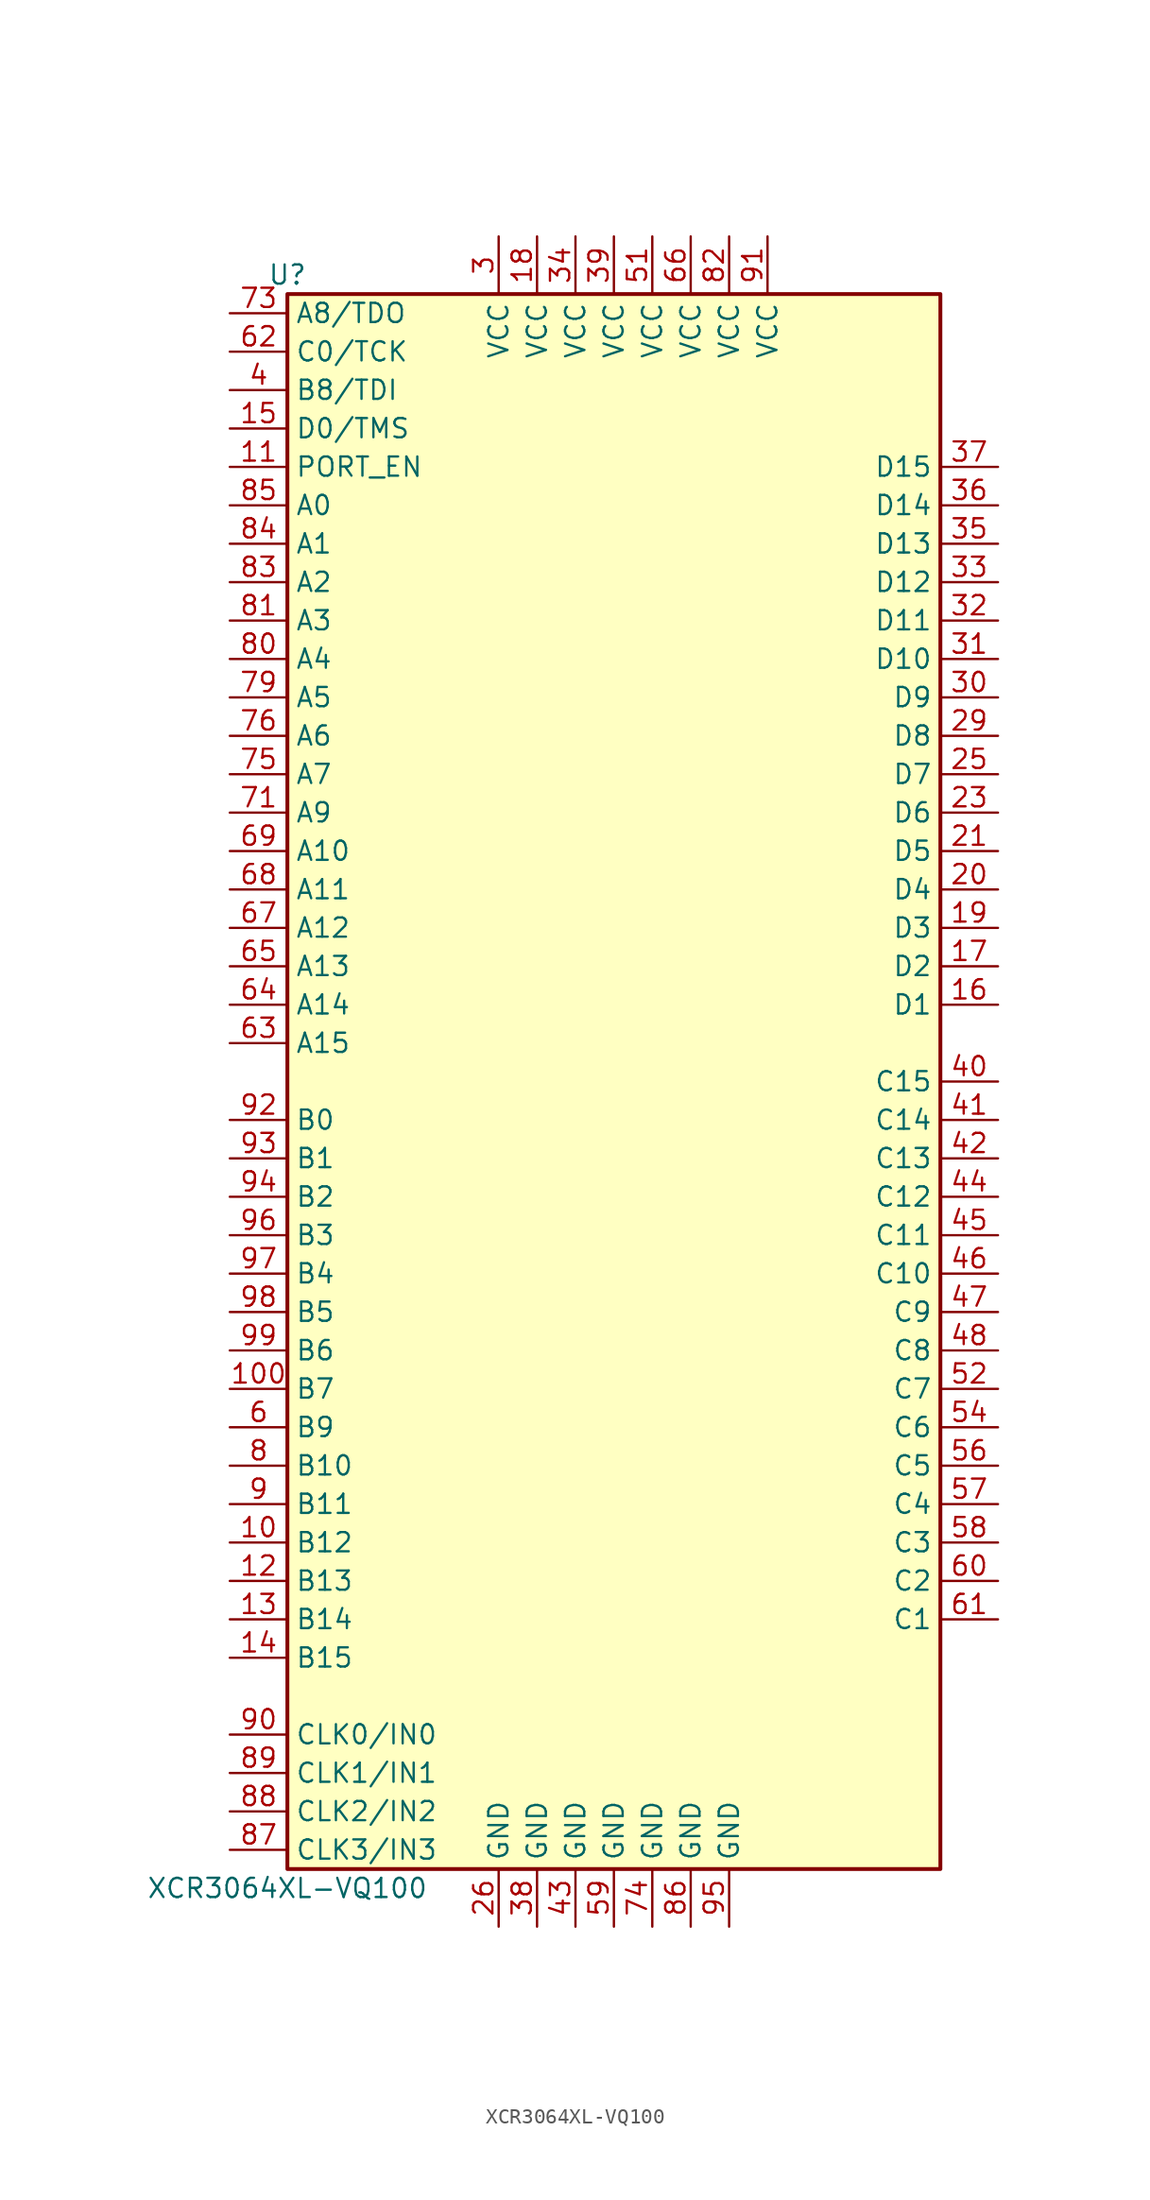
<source format=kicad_sym>
(kicad_symbol_lib
  (version 20241209)
  (generator "kicad_symbol_editor")
  (generator_version "9.0")
  (symbol "XCR3064XL-VQ100"
    (property "Reference" "U"
      (at -21.59 53.34 0)
      (effects (font (size 1.27 1.27))))
    (property "Value" "XCR3064XL-VQ100"
      (at -21.59 -53.34 0)
      (effects (font (size 1.27 1.27))))
    (symbol "XCR3064XL-VQ100_1_1"
      (rectangle (start -21.59 52.07) (end 21.59 -52.07) (stroke (width 0.254) (type default)) (fill (type background)))
      (pin passive line (at -25.4 50.8 0) (length 3.81) (name "A8/TDO" (effects (font (size 1.27 1.27)))) (number "73" (effects (font (size 1.27 1.27)))))
      (pin passive line (at -25.4 48.26 0) (length 3.81) (name "C0/TCK" (effects (font (size 1.27 1.27)))) (number "62" (effects (font (size 1.27 1.27)))))
      (pin passive line (at -25.4 45.72 0) (length 3.81) (name "B8/TDI" (effects (font (size 1.27 1.27)))) (number "4" (effects (font (size 1.27 1.27)))))
      (pin passive line (at -25.4 43.18 0) (length 3.81) (name "D0/TMS" (effects (font (size 1.27 1.27)))) (number "15" (effects (font (size 1.27 1.27)))))
      (pin passive line (at -25.4 40.64 0) (length 3.81) (name "PORT_EN" (effects (font (size 1.27 1.27)))) (number "11" (effects (font (size 1.27 1.27)))))
      (pin passive line (at -25.4 38.1 0) (length 3.81) (name "A0" (effects (font (size 1.27 1.27)))) (number "85" (effects (font (size 1.27 1.27)))))
      (pin passive line (at -25.4 35.56 0) (length 3.81) (name "A1" (effects (font (size 1.27 1.27)))) (number "84" (effects (font (size 1.27 1.27)))))
      (pin passive line (at -25.4 33.02 0) (length 3.81) (name "A2" (effects (font (size 1.27 1.27)))) (number "83" (effects (font (size 1.27 1.27)))))
      (pin passive line (at -25.4 30.48 0) (length 3.81) (name "A3" (effects (font (size 1.27 1.27)))) (number "81" (effects (font (size 1.27 1.27)))))
      (pin passive line (at -25.4 27.94 0) (length 3.81) (name "A4" (effects (font (size 1.27 1.27)))) (number "80" (effects (font (size 1.27 1.27)))))
      (pin passive line (at -25.4 25.4 0) (length 3.81) (name "A5" (effects (font (size 1.27 1.27)))) (number "79" (effects (font (size 1.27 1.27)))))
      (pin passive line (at -25.4 22.86 0) (length 3.81) (name "A6" (effects (font (size 1.27 1.27)))) (number "76" (effects (font (size 1.27 1.27)))))
      (pin passive line (at -25.4 20.32 0) (length 3.81) (name "A7" (effects (font (size 1.27 1.27)))) (number "75" (effects (font (size 1.27 1.27)))))
      (pin passive line (at -25.4 17.78 0) (length 3.81) (name "A9" (effects (font (size 1.27 1.27)))) (number "71" (effects (font (size 1.27 1.27)))))
      (pin passive line (at -25.4 15.24 0) (length 3.81) (name "A10" (effects (font (size 1.27 1.27)))) (number "69" (effects (font (size 1.27 1.27)))))
      (pin passive line (at -25.4 12.7 0) (length 3.81) (name "A11" (effects (font (size 1.27 1.27)))) (number "68" (effects (font (size 1.27 1.27)))))
      (pin passive line (at -25.4 10.16 0) (length 3.81) (name "A12" (effects (font (size 1.27 1.27)))) (number "67" (effects (font (size 1.27 1.27)))))
      (pin passive line (at -25.4 7.62 0) (length 3.81) (name "A13" (effects (font (size 1.27 1.27)))) (number "65" (effects (font (size 1.27 1.27)))))
      (pin passive line (at -25.4 5.08 0) (length 3.81) (name "A14" (effects (font (size 1.27 1.27)))) (number "64" (effects (font (size 1.27 1.27)))))
      (pin passive line (at -25.4 2.54 0) (length 3.81) (name "A15" (effects (font (size 1.27 1.27)))) (number "63" (effects (font (size 1.27 1.27)))))
      (pin passive line (at -25.4 -2.54 0) (length 3.81) (name "B0" (effects (font (size 1.27 1.27)))) (number "92" (effects (font (size 1.27 1.27)))))
      (pin passive line (at -25.4 -5.08 0) (length 3.81) (name "B1" (effects (font (size 1.27 1.27)))) (number "93" (effects (font (size 1.27 1.27)))))
      (pin passive line (at -25.4 -7.62 0) (length 3.81) (name "B2" (effects (font (size 1.27 1.27)))) (number "94" (effects (font (size 1.27 1.27)))))
      (pin passive line (at -25.4 -10.16 0) (length 3.81) (name "B3" (effects (font (size 1.27 1.27)))) (number "96" (effects (font (size 1.27 1.27)))))
      (pin passive line (at -25.4 -12.7 0) (length 3.81) (name "B4" (effects (font (size 1.27 1.27)))) (number "97" (effects (font (size 1.27 1.27)))))
      (pin passive line (at -25.4 -15.24 0) (length 3.81) (name "B5" (effects (font (size 1.27 1.27)))) (number "98" (effects (font (size 1.27 1.27)))))
      (pin passive line (at -25.4 -17.78 0) (length 3.81) (name "B6" (effects (font (size 1.27 1.27)))) (number "99" (effects (font (size 1.27 1.27)))))
      (pin passive line (at -25.4 -20.32 0) (length 3.81) (name "B7" (effects (font (size 1.27 1.27)))) (number "100" (effects (font (size 1.27 1.27)))))
      (pin passive line (at -25.4 -22.86 0) (length 3.81) (name "B9" (effects (font (size 1.27 1.27)))) (number "6" (effects (font (size 1.27 1.27)))))
      (pin passive line (at -25.4 -25.4 0) (length 3.81) (name "B10" (effects (font (size 1.27 1.27)))) (number "8" (effects (font (size 1.27 1.27)))))
      (pin passive line (at -25.4 -27.94 0) (length 3.81) (name "B11" (effects (font (size 1.27 1.27)))) (number "9" (effects (font (size 1.27 1.27)))))
      (pin passive line (at -25.4 -30.48 0) (length 3.81) (name "B12" (effects (font (size 1.27 1.27)))) (number "10" (effects (font (size 1.27 1.27)))))
      (pin passive line (at -25.4 -33.02 0) (length 3.81) (name "B13" (effects (font (size 1.27 1.27)))) (number "12" (effects (font (size 1.27 1.27)))))
      (pin passive line (at -25.4 -35.56 0) (length 3.81) (name "B14" (effects (font (size 1.27 1.27)))) (number "13" (effects (font (size 1.27 1.27)))))
      (pin passive line (at -25.4 -38.1 0) (length 3.81) (name "B15" (effects (font (size 1.27 1.27)))) (number "14" (effects (font (size 1.27 1.27)))))
      (pin input line (at -25.4 -43.18 0) (length 3.81) (name "CLK0/IN0" (effects (font (size 1.27 1.27)))) (number "90" (effects (font (size 1.27 1.27)))))
      (pin input line (at -25.4 -45.72 0) (length 3.81) (name "CLK1/IN1" (effects (font (size 1.27 1.27)))) (number "89" (effects (font (size 1.27 1.27)))))
      (pin input line (at -25.4 -48.26 0) (length 3.81) (name "CLK2/IN2" (effects (font (size 1.27 1.27)))) (number "88" (effects (font (size 1.27 1.27)))))
      (pin input line (at -25.4 -50.8 0) (length 3.81) (name "CLK3/IN3" (effects (font (size 1.27 1.27)))) (number "87" (effects (font (size 1.27 1.27)))))
      (pin power_in line (at -7.62 55.88 270) (length 3.81) (name "VCC" (effects (font (size 1.27 1.27)))) (number "3" (effects (font (size 1.27 1.27)))))
      (pin power_in line (at -7.62 -55.88 90) (length 3.81) (name "GND" (effects (font (size 1.27 1.27)))) (number "26" (effects (font (size 1.27 1.27)))))
      (pin power_in line (at -5.08 55.88 270) (length 3.81) (name "VCC" (effects (font (size 1.27 1.27)))) (number "18" (effects (font (size 1.27 1.27)))))
      (pin power_in line (at -5.08 -55.88 90) (length 3.81) (name "GND" (effects (font (size 1.27 1.27)))) (number "38" (effects (font (size 1.27 1.27)))))
      (pin power_in line (at -2.54 55.88 270) (length 3.81) (name "VCC" (effects (font (size 1.27 1.27)))) (number "34" (effects (font (size 1.27 1.27)))))
      (pin power_in line (at -2.54 -55.88 90) (length 3.81) (name "GND" (effects (font (size 1.27 1.27)))) (number "43" (effects (font (size 1.27 1.27)))))
      (pin power_in line (at 0 55.88 270) (length 3.81) (name "VCC" (effects (font (size 1.27 1.27)))) (number "39" (effects (font (size 1.27 1.27)))))
      (pin power_in line (at 0 -55.88 90) (length 3.81) (name "GND" (effects (font (size 1.27 1.27)))) (number "59" (effects (font (size 1.27 1.27)))))
      (pin power_in line (at 2.54 55.88 270) (length 3.81) (name "VCC" (effects (font (size 1.27 1.27)))) (number "51" (effects (font (size 1.27 1.27)))))
      (pin power_in line (at 2.54 -55.88 90) (length 3.81) (name "GND" (effects (font (size 1.27 1.27)))) (number "74" (effects (font (size 1.27 1.27)))))
      (pin power_in line (at 5.08 55.88 270) (length 3.81) (name "VCC" (effects (font (size 1.27 1.27)))) (number "66" (effects (font (size 1.27 1.27)))))
      (pin power_in line (at 5.08 -55.88 90) (length 3.81) (name "GND" (effects (font (size 1.27 1.27)))) (number "86" (effects (font (size 1.27 1.27)))))
      (pin power_in line (at 7.62 55.88 270) (length 3.81) (name "VCC" (effects (font (size 1.27 1.27)))) (number "82" (effects (font (size 1.27 1.27)))))
      (pin power_in line (at 7.62 -55.88 90) (length 3.81) (name "GND" (effects (font (size 1.27 1.27)))) (number "95" (effects (font (size 1.27 1.27)))))
      (pin power_in line (at 10.16 55.88 270) (length 3.81) (name "VCC" (effects (font (size 1.27 1.27)))) (number "91" (effects (font (size 1.27 1.27)))))
      (pin passive line (at 25.4 40.64 180) (length 3.81) (name "D15" (effects (font (size 1.27 1.27)))) (number "37" (effects (font (size 1.27 1.27)))))
      (pin passive line (at 25.4 38.1 180) (length 3.81) (name "D14" (effects (font (size 1.27 1.27)))) (number "36" (effects (font (size 1.27 1.27)))))
      (pin passive line (at 25.4 35.56 180) (length 3.81) (name "D13" (effects (font (size 1.27 1.27)))) (number "35" (effects (font (size 1.27 1.27)))))
      (pin passive line (at 25.4 33.02 180) (length 3.81) (name "D12" (effects (font (size 1.27 1.27)))) (number "33" (effects (font (size 1.27 1.27)))))
      (pin passive line (at 25.4 30.48 180) (length 3.81) (name "D11" (effects (font (size 1.27 1.27)))) (number "32" (effects (font (size 1.27 1.27)))))
      (pin passive line (at 25.4 27.94 180) (length 3.81) (name "D10" (effects (font (size 1.27 1.27)))) (number "31" (effects (font (size 1.27 1.27)))))
      (pin passive line (at 25.4 25.4 180) (length 3.81) (name "D9" (effects (font (size 1.27 1.27)))) (number "30" (effects (font (size 1.27 1.27)))))
      (pin passive line (at 25.4 22.86 180) (length 3.81) (name "D8" (effects (font (size 1.27 1.27)))) (number "29" (effects (font (size 1.27 1.27)))))
      (pin passive line (at 25.4 20.32 180) (length 3.81) (name "D7" (effects (font (size 1.27 1.27)))) (number "25" (effects (font (size 1.27 1.27)))))
      (pin passive line (at 25.4 17.78 180) (length 3.81) (name "D6" (effects (font (size 1.27 1.27)))) (number "23" (effects (font (size 1.27 1.27)))))
      (pin passive line (at 25.4 15.24 180) (length 3.81) (name "D5" (effects (font (size 1.27 1.27)))) (number "21" (effects (font (size 1.27 1.27)))))
      (pin passive line (at 25.4 12.7 180) (length 3.81) (name "D4" (effects (font (size 1.27 1.27)))) (number "20" (effects (font (size 1.27 1.27)))))
      (pin passive line (at 25.4 10.16 180) (length 3.81) (name "D3" (effects (font (size 1.27 1.27)))) (number "19" (effects (font (size 1.27 1.27)))))
      (pin passive line (at 25.4 7.62 180) (length 3.81) (name "D2" (effects (font (size 1.27 1.27)))) (number "17" (effects (font (size 1.27 1.27)))))
      (pin passive line (at 25.4 5.08 180) (length 3.81) (name "D1" (effects (font (size 1.27 1.27)))) (number "16" (effects (font (size 1.27 1.27)))))
      (pin passive line (at 25.4 0 180) (length 3.81) (name "C15" (effects (font (size 1.27 1.27)))) (number "40" (effects (font (size 1.27 1.27)))))
      (pin passive line (at 25.4 -2.54 180) (length 3.81) (name "C14" (effects (font (size 1.27 1.27)))) (number "41" (effects (font (size 1.27 1.27)))))
      (pin passive line (at 25.4 -5.08 180) (length 3.81) (name "C13" (effects (font (size 1.27 1.27)))) (number "42" (effects (font (size 1.27 1.27)))))
      (pin passive line (at 25.4 -7.62 180) (length 3.81) (name "C12" (effects (font (size 1.27 1.27)))) (number "44" (effects (font (size 1.27 1.27)))))
      (pin passive line (at 25.4 -10.16 180) (length 3.81) (name "C11" (effects (font (size 1.27 1.27)))) (number "45" (effects (font (size 1.27 1.27)))))
      (pin passive line (at 25.4 -12.7 180) (length 3.81) (name "C10" (effects (font (size 1.27 1.27)))) (number "46" (effects (font (size 1.27 1.27)))))
      (pin passive line (at 25.4 -15.24 180) (length 3.81) (name "C9" (effects (font (size 1.27 1.27)))) (number "47" (effects (font (size 1.27 1.27)))))
      (pin passive line (at 25.4 -17.78 180) (length 3.81) (name "C8" (effects (font (size 1.27 1.27)))) (number "48" (effects (font (size 1.27 1.27)))))
      (pin passive line (at 25.4 -20.32 180) (length 3.81) (name "C7" (effects (font (size 1.27 1.27)))) (number "52" (effects (font (size 1.27 1.27)))))
      (pin passive line (at 25.4 -22.86 180) (length 3.81) (name "C6" (effects (font (size 1.27 1.27)))) (number "54" (effects (font (size 1.27 1.27)))))
      (pin passive line (at 25.4 -25.4 180) (length 3.81) (name "C5" (effects (font (size 1.27 1.27)))) (number "56" (effects (font (size 1.27 1.27)))))
      (pin passive line (at 25.4 -27.94 180) (length 3.81) (name "C4" (effects (font (size 1.27 1.27)))) (number "57" (effects (font (size 1.27 1.27)))))
      (pin passive line (at 25.4 -30.48 180) (length 3.81) (name "C3" (effects (font (size 1.27 1.27)))) (number "58" (effects (font (size 1.27 1.27)))))
      (pin passive line (at 25.4 -33.02 180) (length 3.81) (name "C2" (effects (font (size 1.27 1.27)))) (number "60" (effects (font (size 1.27 1.27)))))
      (pin passive line (at 25.4 -35.56 180) (length 3.81) (name "C1" (effects (font (size 1.27 1.27)))) (number "61" (effects (font (size 1.27 1.27))))))))
</source>
